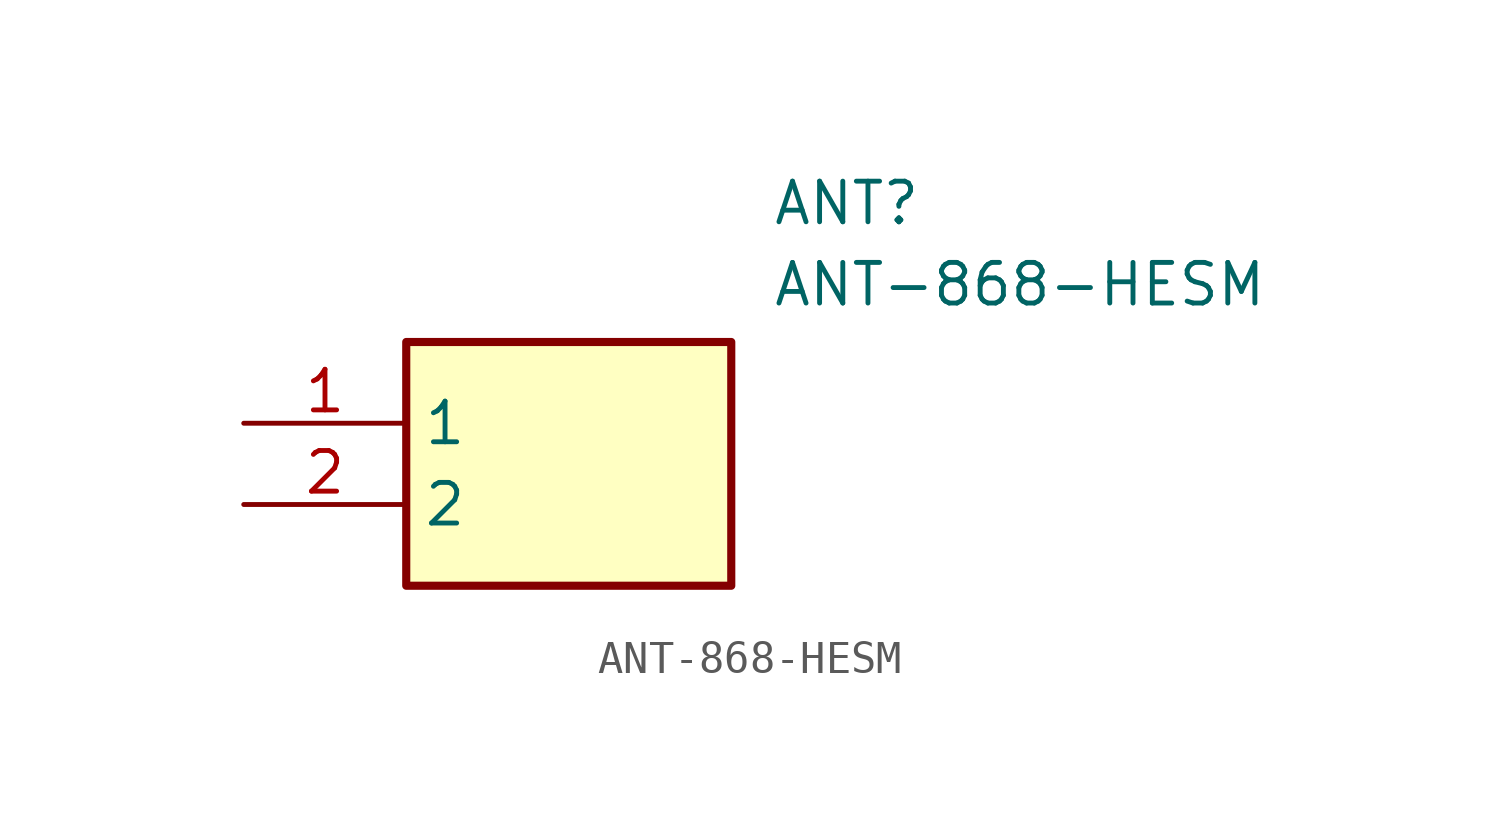
<source format=kicad_sym>
(kicad_symbol_lib
  (version 20241209)
  (generator "kicad_symbol_editor")
  (generator_version "9.0")
  (symbol "ANT-868-HESM"
    (property "Reference" "ANT"
      (at 16.51 7.62 0)
      (effects (font (size 1.27 1.27)) (justify left top)))
    (property "Value" "ANT-868-HESM"
      (at 16.51 5.08 0)
      (effects (font (size 1.27 1.27)) (justify left top)))
    (symbol "ANT-868-HESM_1_1"
      (rectangle (start 5.08 2.54) (end 15.24 -5.08) (stroke (width 0.254) (type default)) (fill (type background)))
      (pin passive line (at 0 0 0) (length 5.08) (name "1" (effects (font (size 1.27 1.27)))) (number "1" (effects (font (size 1.27 1.27)))))
      (pin passive line (at 0 -2.54 0) (length 5.08) (name "2" (effects (font (size 1.27 1.27)))) (number "2" (effects (font (size 1.27 1.27))))))))
</source>
